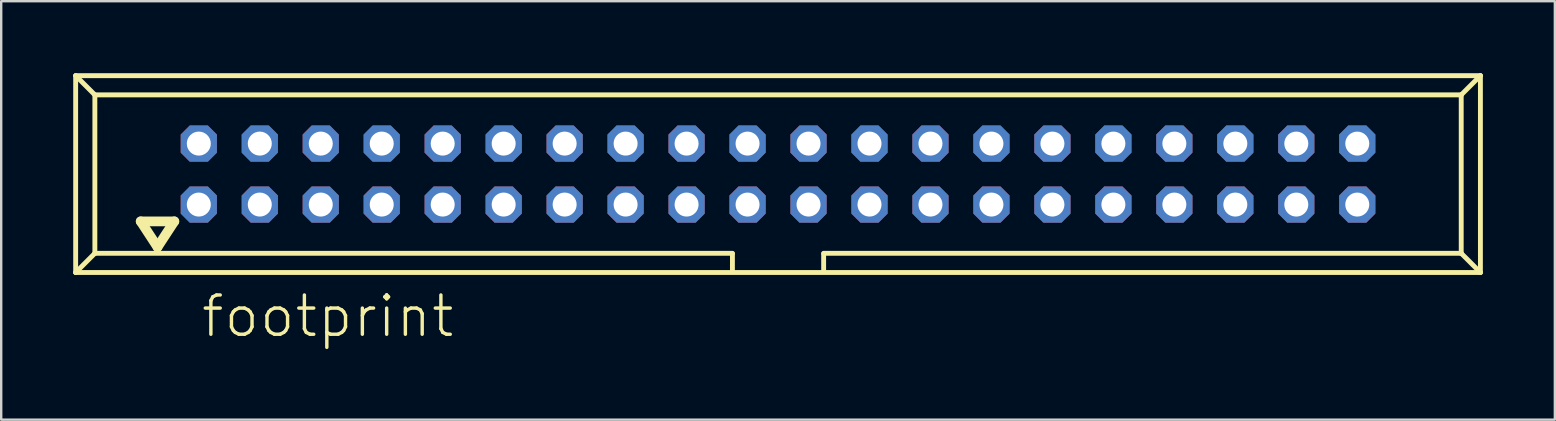
<source format=kicad_pcb>
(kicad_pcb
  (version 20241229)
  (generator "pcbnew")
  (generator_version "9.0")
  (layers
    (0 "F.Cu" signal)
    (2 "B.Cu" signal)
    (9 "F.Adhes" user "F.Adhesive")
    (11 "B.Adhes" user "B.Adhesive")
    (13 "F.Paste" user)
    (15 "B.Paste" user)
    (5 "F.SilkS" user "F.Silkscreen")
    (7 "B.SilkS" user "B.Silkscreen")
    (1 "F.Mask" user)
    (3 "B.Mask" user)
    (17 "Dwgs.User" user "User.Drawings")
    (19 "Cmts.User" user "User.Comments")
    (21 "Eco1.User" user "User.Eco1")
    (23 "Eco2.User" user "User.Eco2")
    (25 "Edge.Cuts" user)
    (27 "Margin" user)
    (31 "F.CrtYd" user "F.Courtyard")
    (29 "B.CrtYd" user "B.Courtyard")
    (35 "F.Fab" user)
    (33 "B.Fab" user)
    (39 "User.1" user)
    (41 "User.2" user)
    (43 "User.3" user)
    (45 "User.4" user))
  (footprint "footprint"
    (layer "F.Cu")
    (at 29.362 4.202)
    (property "Reference" "footprint" (at -24.11 6.88 0) (layer "F.SilkS") (effects (font (size 1.636 1.636) (thickness 0.142)) (justify left bottom)))
    (fp_line (start -29.26 -4.1) (end -28.46 -3.3) (stroke (width 0.203) (type solid)) (layer "F.SilkS"))
    (fp_line (start -29.26 4.1) (end -29.26 -4.1) (stroke (width 0.203) (type solid)) (layer "F.SilkS"))
    (fp_line (start -29.26 4.1) (end -28.46 3.3) (stroke (width 0.203) (type solid)) (layer "F.SilkS"))
    (fp_line (start -29.26 4.1) (end 29.26 4.1) (stroke (width 0.203) (type solid)) (layer "F.SilkS"))
    (fp_line (start -28.46 -3.3) (end 28.46 -3.3) (stroke (width 0.203) (type solid)) (layer "F.SilkS"))
    (fp_line (start -28.46 3.3) (end -28.46 -3.3) (stroke (width 0.203) (type solid)) (layer "F.SilkS"))
    (fp_line (start -26.55 1.97) (end -25.85 3.04) (stroke (width 0.406) (type solid)) (layer "F.SilkS"))
    (fp_line (start -25.85 3.04) (end -25.15 1.97) (stroke (width 0.406) (type solid)) (layer "F.SilkS"))
    (fp_line (start -25.15 1.97) (end -26.55 1.97) (stroke (width 0.406) (type solid)) (layer "F.SilkS"))
    (fp_line (start -1.9 3.3) (end -28.46 3.3) (stroke (width 0.203) (type solid)) (layer "F.SilkS"))
    (fp_line (start -1.9 3.32) (end -1.9 4.03) (stroke (width 0.203) (type solid)) (layer "F.SilkS"))
    (fp_line (start 1.9 3.32) (end 1.9 4.03) (stroke (width 0.203) (type solid)) (layer "F.SilkS"))
    (fp_line (start 28.46 -3.3) (end 28.46 3.3) (stroke (width 0.203) (type solid)) (layer "F.SilkS"))
    (fp_line (start 28.46 3.3) (end 1.9 3.3) (stroke (width 0.203) (type solid)) (layer "F.SilkS"))
    (fp_line (start 28.46 3.3) (end 29.26 4.1) (stroke (width 0.203) (type solid)) (layer "F.SilkS"))
    (fp_line (start 29.26 -4.1) (end -29.26 -4.1) (stroke (width 0.203) (type solid)) (layer "F.SilkS"))
    (fp_line (start 29.26 -4.1) (end 28.46 -3.3) (stroke (width 0.203) (type solid)) (layer "F.SilkS"))
    (fp_line (start 29.26 4.1) (end 29.26 -4.1) (stroke (width 0.203) (type solid)) (layer "F.SilkS"))
    (pad "1" thru_hole roundrect (at -24.13 1.27) (size 1.508 1.508) (drill 1) (layers "*.Cu" "*.Mask") (roundrect_rratio 0.25) (chamfer_ratio 0.25) (chamfer top_left top_right bottom_left bottom_right))
    (pad "2" thru_hole roundrect (at -24.13 -1.27) (size 1.508 1.508) (drill 1) (layers "*.Cu" "*.Mask") (roundrect_rratio 0.25) (chamfer_ratio 0.25) (chamfer top_left top_right bottom_left bottom_right))
    (pad "3" thru_hole roundrect (at -21.59 1.27) (size 1.508 1.508) (drill 1) (layers "*.Cu" "*.Mask") (roundrect_rratio 0.25) (chamfer_ratio 0.25) (chamfer top_left top_right bottom_left bottom_right))
    (pad "4" thru_hole roundrect (at -21.59 -1.27) (size 1.508 1.508) (drill 1) (layers "*.Cu" "*.Mask") (roundrect_rratio 0.25) (chamfer_ratio 0.25) (chamfer top_left top_right bottom_left bottom_right))
    (pad "5" thru_hole roundrect (at -19.05 1.27) (size 1.508 1.508) (drill 1) (layers "*.Cu" "*.Mask") (roundrect_rratio 0.25) (chamfer_ratio 0.25) (chamfer top_left top_right bottom_left bottom_right))
    (pad "6" thru_hole roundrect (at -19.05 -1.27) (size 1.508 1.508) (drill 1) (layers "*.Cu" "*.Mask") (roundrect_rratio 0.25) (chamfer_ratio 0.25) (chamfer top_left top_right bottom_left bottom_right))
    (pad "7" thru_hole roundrect (at -16.51 1.27) (size 1.508 1.508) (drill 1) (layers "*.Cu" "*.Mask") (roundrect_rratio 0.25) (chamfer_ratio 0.25) (chamfer top_left top_right bottom_left bottom_right))
    (pad "8" thru_hole roundrect (at -16.51 -1.27) (size 1.508 1.508) (drill 1) (layers "*.Cu" "*.Mask") (roundrect_rratio 0.25) (chamfer_ratio 0.25) (chamfer top_left top_right bottom_left bottom_right))
    (pad "9" thru_hole roundrect (at -13.97 1.27) (size 1.508 1.508) (drill 1) (layers "*.Cu" "*.Mask") (roundrect_rratio 0.25) (chamfer_ratio 0.25) (chamfer top_left top_right bottom_left bottom_right))
    (pad "10" thru_hole roundrect (at -13.97 -1.27) (size 1.508 1.508) (drill 1) (layers "*.Cu" "*.Mask") (roundrect_rratio 0.25) (chamfer_ratio 0.25) (chamfer top_left top_right bottom_left bottom_right))
    (pad "11" thru_hole roundrect (at -11.43 1.27) (size 1.508 1.508) (drill 1) (layers "*.Cu" "*.Mask") (roundrect_rratio 0.25) (chamfer_ratio 0.25) (chamfer top_left top_right bottom_left bottom_right))
    (pad "12" thru_hole roundrect (at -11.43 -1.27) (size 1.508 1.508) (drill 1) (layers "*.Cu" "*.Mask") (roundrect_rratio 0.25) (chamfer_ratio 0.25) (chamfer top_left top_right bottom_left bottom_right))
    (pad "13" thru_hole roundrect (at -8.89 1.27) (size 1.508 1.508) (drill 1) (layers "*.Cu" "*.Mask") (roundrect_rratio 0.25) (chamfer_ratio 0.25) (chamfer top_left top_right bottom_left bottom_right))
    (pad "14" thru_hole roundrect (at -8.89 -1.27) (size 1.508 1.508) (drill 1) (layers "*.Cu" "*.Mask") (roundrect_rratio 0.25) (chamfer_ratio 0.25) (chamfer top_left top_right bottom_left bottom_right))
    (pad "15" thru_hole roundrect (at -6.35 1.27) (size 1.508 1.508) (drill 1) (layers "*.Cu" "*.Mask") (roundrect_rratio 0.25) (chamfer_ratio 0.25) (chamfer top_left top_right bottom_left bottom_right))
    (pad "16" thru_hole roundrect (at -6.35 -1.27) (size 1.508 1.508) (drill 1) (layers "*.Cu" "*.Mask") (roundrect_rratio 0.25) (chamfer_ratio 0.25) (chamfer top_left top_right bottom_left bottom_right))
    (pad "17" thru_hole roundrect (at -3.81 1.27) (size 1.508 1.508) (drill 1) (layers "*.Cu" "*.Mask") (roundrect_rratio 0.25) (chamfer_ratio 0.25) (chamfer top_left top_right bottom_left bottom_right))
    (pad "18" thru_hole roundrect (at -3.81 -1.27) (size 1.508 1.508) (drill 1) (layers "*.Cu" "*.Mask") (roundrect_rratio 0.25) (chamfer_ratio 0.25) (chamfer top_left top_right bottom_left bottom_right))
    (pad "19" thru_hole roundrect (at -1.27 1.27) (size 1.508 1.508) (drill 1) (layers "*.Cu" "*.Mask") (roundrect_rratio 0.25) (chamfer_ratio 0.25) (chamfer top_left top_right bottom_left bottom_right))
    (pad "20" thru_hole roundrect (at -1.27 -1.27) (size 1.508 1.508) (drill 1) (layers "*.Cu" "*.Mask") (roundrect_rratio 0.25) (chamfer_ratio 0.25) (chamfer top_left top_right bottom_left bottom_right))
    (pad "21" thru_hole roundrect (at 1.27 1.27) (size 1.508 1.508) (drill 1) (layers "*.Cu" "*.Mask") (roundrect_rratio 0.25) (chamfer_ratio 0.25) (chamfer top_left top_right bottom_left bottom_right))
    (pad "22" thru_hole roundrect (at 1.27 -1.27) (size 1.508 1.508) (drill 1) (layers "*.Cu" "*.Mask") (roundrect_rratio 0.25) (chamfer_ratio 0.25) (chamfer top_left top_right bottom_left bottom_right))
    (pad "23" thru_hole roundrect (at 3.81 1.27) (size 1.508 1.508) (drill 1) (layers "*.Cu" "*.Mask") (roundrect_rratio 0.25) (chamfer_ratio 0.25) (chamfer top_left top_right bottom_left bottom_right))
    (pad "24" thru_hole roundrect (at 3.81 -1.27) (size 1.508 1.508) (drill 1) (layers "*.Cu" "*.Mask") (roundrect_rratio 0.25) (chamfer_ratio 0.25) (chamfer top_left top_right bottom_left bottom_right))
    (pad "25" thru_hole roundrect (at 6.35 1.27) (size 1.508 1.508) (drill 1) (layers "*.Cu" "*.Mask") (roundrect_rratio 0.25) (chamfer_ratio 0.25) (chamfer top_left top_right bottom_left bottom_right))
    (pad "26" thru_hole roundrect (at 6.35 -1.27) (size 1.508 1.508) (drill 1) (layers "*.Cu" "*.Mask") (roundrect_rratio 0.25) (chamfer_ratio 0.25) (chamfer top_left top_right bottom_left bottom_right))
    (pad "27" thru_hole roundrect (at 8.89 1.27) (size 1.508 1.508) (drill 1) (layers "*.Cu" "*.Mask") (roundrect_rratio 0.25) (chamfer_ratio 0.25) (chamfer top_left top_right bottom_left bottom_right))
    (pad "28" thru_hole roundrect (at 8.89 -1.27) (size 1.508 1.508) (drill 1) (layers "*.Cu" "*.Mask") (roundrect_rratio 0.25) (chamfer_ratio 0.25) (chamfer top_left top_right bottom_left bottom_right))
    (pad "29" thru_hole roundrect (at 11.43 1.27) (size 1.508 1.508) (drill 1) (layers "*.Cu" "*.Mask") (roundrect_rratio 0.25) (chamfer_ratio 0.25) (chamfer top_left top_right bottom_left bottom_right))
    (pad "30" thru_hole roundrect (at 11.43 -1.27) (size 1.508 1.508) (drill 1) (layers "*.Cu" "*.Mask") (roundrect_rratio 0.25) (chamfer_ratio 0.25) (chamfer top_left top_right bottom_left bottom_right))
    (pad "31" thru_hole roundrect (at 13.97 1.27) (size 1.508 1.508) (drill 1) (layers "*.Cu" "*.Mask") (roundrect_rratio 0.25) (chamfer_ratio 0.25) (chamfer top_left top_right bottom_left bottom_right))
    (pad "32" thru_hole roundrect (at 13.97 -1.27) (size 1.508 1.508) (drill 1) (layers "*.Cu" "*.Mask") (roundrect_rratio 0.25) (chamfer_ratio 0.25) (chamfer top_left top_right bottom_left bottom_right))
    (pad "33" thru_hole roundrect (at 16.51 1.27) (size 1.508 1.508) (drill 1) (layers "*.Cu" "*.Mask") (roundrect_rratio 0.25) (chamfer_ratio 0.25) (chamfer top_left top_right bottom_left bottom_right))
    (pad "34" thru_hole roundrect (at 16.51 -1.27) (size 1.508 1.508) (drill 1) (layers "*.Cu" "*.Mask") (roundrect_rratio 0.25) (chamfer_ratio 0.25) (chamfer top_left top_right bottom_left bottom_right))
    (pad "35" thru_hole roundrect (at 19.05 1.27) (size 1.508 1.508) (drill 1) (layers "*.Cu" "*.Mask") (roundrect_rratio 0.25) (chamfer_ratio 0.25) (chamfer top_left top_right bottom_left bottom_right))
    (pad "36" thru_hole roundrect (at 19.05 -1.27) (size 1.508 1.508) (drill 1) (layers "*.Cu" "*.Mask") (roundrect_rratio 0.25) (chamfer_ratio 0.25) (chamfer top_left top_right bottom_left bottom_right))
    (pad "37" thru_hole roundrect (at 21.59 1.27) (size 1.508 1.508) (drill 1) (layers "*.Cu" "*.Mask") (roundrect_rratio 0.25) (chamfer_ratio 0.25) (chamfer top_left top_right bottom_left bottom_right))
    (pad "38" thru_hole roundrect (at 21.59 -1.27) (size 1.508 1.508) (drill 1) (layers "*.Cu" "*.Mask") (roundrect_rratio 0.25) (chamfer_ratio 0.25) (chamfer top_left top_right bottom_left bottom_right))
    (pad "39" thru_hole roundrect (at 24.13 1.27) (size 1.508 1.508) (drill 1) (layers "*.Cu" "*.Mask") (roundrect_rratio 0.25) (chamfer_ratio 0.25) (chamfer top_left top_right bottom_left bottom_right))
    (pad "40" thru_hole roundrect (at 24.13 -1.27) (size 1.508 1.508) (drill 1) (layers "*.Cu" "*.Mask") (roundrect_rratio 0.25) (chamfer_ratio 0.25) (chamfer top_left top_right bottom_left bottom_right)))
  (gr_rect
    (start -3 -3)
    (end 61.723 14.432)
    (stroke (width 0.1) (type default))
    (fill no)
    (layer "Edge.Cuts")))
</source>
